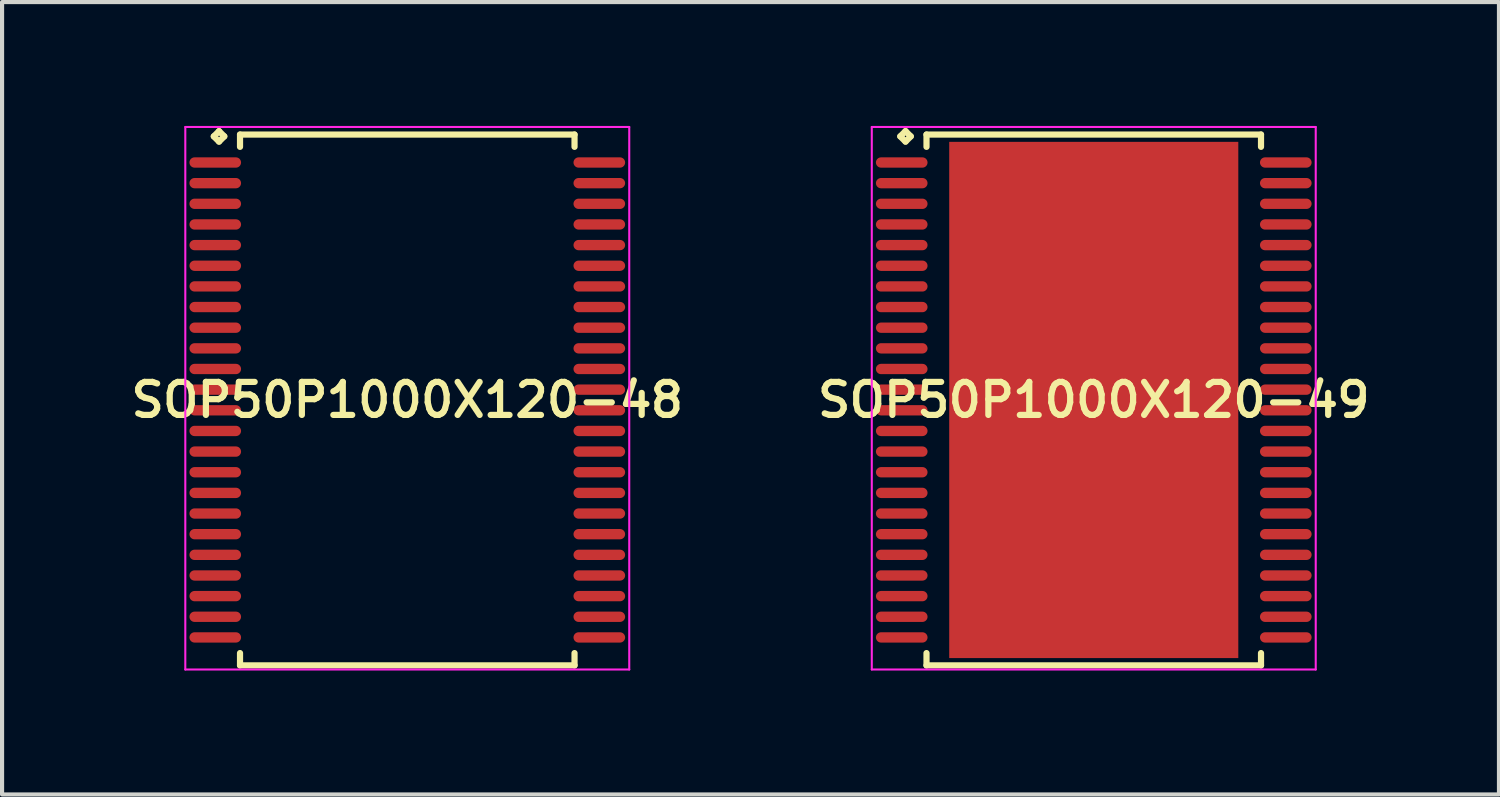
<source format=kicad_pcb>
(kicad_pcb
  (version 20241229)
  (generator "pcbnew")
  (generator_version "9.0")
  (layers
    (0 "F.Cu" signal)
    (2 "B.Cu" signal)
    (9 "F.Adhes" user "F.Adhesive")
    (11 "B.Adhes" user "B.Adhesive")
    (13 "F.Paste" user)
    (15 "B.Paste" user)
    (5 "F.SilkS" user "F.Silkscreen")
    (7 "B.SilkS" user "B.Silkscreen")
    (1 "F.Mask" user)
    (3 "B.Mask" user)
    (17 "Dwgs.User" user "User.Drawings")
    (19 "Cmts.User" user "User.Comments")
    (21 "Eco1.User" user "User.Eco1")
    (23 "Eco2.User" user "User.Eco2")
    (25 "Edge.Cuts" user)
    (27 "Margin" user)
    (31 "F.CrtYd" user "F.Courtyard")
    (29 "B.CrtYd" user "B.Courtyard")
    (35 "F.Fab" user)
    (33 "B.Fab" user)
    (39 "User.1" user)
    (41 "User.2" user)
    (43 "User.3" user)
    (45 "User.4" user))
  (footprint "SOP50P1000X120-48"
    (layer "F.Cu")
    (at 6.812 6.635)
    (property "Reference" "SOP50P1000X120-48" (at 0 0 0) (layer "F.SilkS") (effects (font (size 0.8 0.8) (thickness 0.15))))
    (attr smd)
    (fp_line (start -4.685 -6.383) (end -4.558 -6.51) (stroke (width 0.15) (type solid)) (layer "F.SilkS"))
    (fp_line (start -4.558 -6.51) (end -4.431 -6.383) (stroke (width 0.15) (type solid)) (layer "F.SilkS"))
    (fp_line (start -4.558 -6.256) (end -4.685 -6.383) (stroke (width 0.15) (type solid)) (layer "F.SilkS"))
    (fp_line (start -4.431 -6.383) (end -4.558 -6.256) (stroke (width 0.15) (type solid)) (layer "F.SilkS"))
    (fp_line (start -4.05 -6.427) (end 4.05 -6.427) (stroke (width 0.15) (type solid)) (layer "F.SilkS"))
    (fp_line (start -4.05 -6.129) (end -4.05 -6.427) (stroke (width 0.15) (type solid)) (layer "F.SilkS"))
    (fp_line (start -4.05 6.129) (end -4.05 6.427) (stroke (width 0.15) (type solid)) (layer "F.SilkS"))
    (fp_line (start -4.05 6.427) (end 4.05 6.427) (stroke (width 0.15) (type solid)) (layer "F.SilkS"))
    (fp_line (start 4.05 -6.427) (end 4.05 -6.129) (stroke (width 0.15) (type solid)) (layer "F.SilkS"))
    (fp_line (start 4.05 6.427) (end 4.05 6.129) (stroke (width 0.15) (type solid)) (layer "F.SilkS"))
    (fp_line (start -5.375 -6.61) (end 5.375 -6.61) (stroke (width 0.05) (type solid)) (layer "F.CrtYd"))
    (fp_line (start -5.375 6.527) (end -5.375 -6.61) (stroke (width 0.05) (type solid)) (layer "F.CrtYd"))
    (fp_line (start 5.375 -6.61) (end 5.375 6.527) (stroke (width 0.05) (type solid)) (layer "F.CrtYd"))
    (fp_line (start 5.375 6.527) (end -5.375 6.527) (stroke (width 0.05) (type solid)) (layer "F.CrtYd"))
    (pad "1" smd oval (at -4.65 -5.75) (size 1.25 0.25) (layers "F.Cu" "F.Mask" "F.Paste"))
    (pad "2" smd oval (at -4.65 -5.25) (size 1.25 0.25) (layers "F.Cu" "F.Mask" "F.Paste"))
    (pad "3" smd oval (at -4.65 -4.75) (size 1.25 0.25) (layers "F.Cu" "F.Mask" "F.Paste"))
    (pad "4" smd oval (at -4.65 -4.25) (size 1.25 0.25) (layers "F.Cu" "F.Mask" "F.Paste"))
    (pad "5" smd oval (at -4.65 -3.75) (size 1.25 0.25) (layers "F.Cu" "F.Mask" "F.Paste"))
    (pad "6" smd oval (at -4.65 -3.25) (size 1.25 0.25) (layers "F.Cu" "F.Mask" "F.Paste"))
    (pad "7" smd oval (at -4.65 -2.75) (size 1.25 0.25) (layers "F.Cu" "F.Mask" "F.Paste"))
    (pad "8" smd oval (at -4.65 -2.25) (size 1.25 0.25) (layers "F.Cu" "F.Mask" "F.Paste"))
    (pad "9" smd oval (at -4.65 -1.75) (size 1.25 0.25) (layers "F.Cu" "F.Mask" "F.Paste"))
    (pad "10" smd oval (at -4.65 -1.25) (size 1.25 0.25) (layers "F.Cu" "F.Mask" "F.Paste"))
    (pad "11" smd oval (at -4.65 -0.75) (size 1.25 0.25) (layers "F.Cu" "F.Mask" "F.Paste"))
    (pad "12" smd oval (at -4.65 -0.25) (size 1.25 0.25) (layers "F.Cu" "F.Mask" "F.Paste"))
    (pad "13" smd oval (at -4.65 0.25) (size 1.25 0.25) (layers "F.Cu" "F.Mask" "F.Paste"))
    (pad "14" smd oval (at -4.65 0.75) (size 1.25 0.25) (layers "F.Cu" "F.Mask" "F.Paste"))
    (pad "15" smd oval (at -4.65 1.25) (size 1.25 0.25) (layers "F.Cu" "F.Mask" "F.Paste"))
    (pad "16" smd oval (at -4.65 1.75) (size 1.25 0.25) (layers "F.Cu" "F.Mask" "F.Paste"))
    (pad "17" smd oval (at -4.65 2.25) (size 1.25 0.25) (layers "F.Cu" "F.Mask" "F.Paste"))
    (pad "18" smd oval (at -4.65 2.75) (size 1.25 0.25) (layers "F.Cu" "F.Mask" "F.Paste"))
    (pad "19" smd oval (at -4.65 3.25) (size 1.25 0.25) (layers "F.Cu" "F.Mask" "F.Paste"))
    (pad "20" smd oval (at -4.65 3.75) (size 1.25 0.25) (layers "F.Cu" "F.Mask" "F.Paste"))
    (pad "21" smd oval (at -4.65 4.25) (size 1.25 0.25) (layers "F.Cu" "F.Mask" "F.Paste"))
    (pad "22" smd oval (at -4.65 4.75) (size 1.25 0.25) (layers "F.Cu" "F.Mask" "F.Paste"))
    (pad "23" smd oval (at -4.65 5.25) (size 1.25 0.25) (layers "F.Cu" "F.Mask" "F.Paste"))
    (pad "24" smd oval (at -4.65 5.75) (size 1.25 0.25) (layers "F.Cu" "F.Mask" "F.Paste"))
    (pad "25" smd oval (at 4.65 5.75) (size 1.25 0.25) (layers "F.Cu" "F.Mask" "F.Paste"))
    (pad "26" smd oval (at 4.65 5.25) (size 1.25 0.25) (layers "F.Cu" "F.Mask" "F.Paste"))
    (pad "27" smd oval (at 4.65 4.75) (size 1.25 0.25) (layers "F.Cu" "F.Mask" "F.Paste"))
    (pad "28" smd oval (at 4.65 4.25) (size 1.25 0.25) (layers "F.Cu" "F.Mask" "F.Paste"))
    (pad "29" smd oval (at 4.65 3.75) (size 1.25 0.25) (layers "F.Cu" "F.Mask" "F.Paste"))
    (pad "30" smd oval (at 4.65 3.25) (size 1.25 0.25) (layers "F.Cu" "F.Mask" "F.Paste"))
    (pad "31" smd oval (at 4.65 2.75) (size 1.25 0.25) (layers "F.Cu" "F.Mask" "F.Paste"))
    (pad "32" smd oval (at 4.65 2.25) (size 1.25 0.25) (layers "F.Cu" "F.Mask" "F.Paste"))
    (pad "33" smd oval (at 4.65 1.75) (size 1.25 0.25) (layers "F.Cu" "F.Mask" "F.Paste"))
    (pad "34" smd oval (at 4.65 1.25) (size 1.25 0.25) (layers "F.Cu" "F.Mask" "F.Paste"))
    (pad "35" smd oval (at 4.65 0.75) (size 1.25 0.25) (layers "F.Cu" "F.Mask" "F.Paste"))
    (pad "36" smd oval (at 4.65 0.25) (size 1.25 0.25) (layers "F.Cu" "F.Mask" "F.Paste"))
    (pad "37" smd oval (at 4.65 -0.25) (size 1.25 0.25) (layers "F.Cu" "F.Mask" "F.Paste"))
    (pad "38" smd oval (at 4.65 -0.75) (size 1.25 0.25) (layers "F.Cu" "F.Mask" "F.Paste"))
    (pad "39" smd oval (at 4.65 -1.25) (size 1.25 0.25) (layers "F.Cu" "F.Mask" "F.Paste"))
    (pad "40" smd oval (at 4.65 -1.75) (size 1.25 0.25) (layers "F.Cu" "F.Mask" "F.Paste"))
    (pad "41" smd oval (at 4.65 -2.25) (size 1.25 0.25) (layers "F.Cu" "F.Mask" "F.Paste"))
    (pad "42" smd oval (at 4.65 -2.75) (size 1.25 0.25) (layers "F.Cu" "F.Mask" "F.Paste"))
    (pad "43" smd oval (at 4.65 -3.25) (size 1.25 0.25) (layers "F.Cu" "F.Mask" "F.Paste"))
    (pad "44" smd oval (at 4.65 -3.75) (size 1.25 0.25) (layers "F.Cu" "F.Mask" "F.Paste"))
    (pad "45" smd oval (at 4.65 -4.25) (size 1.25 0.25) (layers "F.Cu" "F.Mask" "F.Paste"))
    (pad "46" smd oval (at 4.65 -4.75) (size 1.25 0.25) (layers "F.Cu" "F.Mask" "F.Paste"))
    (pad "47" smd oval (at 4.65 -5.25) (size 1.25 0.25) (layers "F.Cu" "F.Mask" "F.Paste"))
    (pad "48" smd oval (at 4.65 -5.75) (size 1.25 0.25) (layers "F.Cu" "F.Mask" "F.Paste")))
  (footprint "SOP50P1000X120-49"
    (layer "F.Cu")
    (at 23.435 6.635)
    (property "Reference" "SOP50P1000X120-49" (at 0 0 0) (layer "F.SilkS") (effects (font (size 0.8 0.8) (thickness 0.15))))
    (attr smd)
    (fp_line (start -4.685 -6.383) (end -4.558 -6.51) (stroke (width 0.15) (type solid)) (layer "F.SilkS"))
    (fp_line (start -4.558 -6.51) (end -4.431 -6.383) (stroke (width 0.15) (type solid)) (layer "F.SilkS"))
    (fp_line (start -4.558 -6.256) (end -4.685 -6.383) (stroke (width 0.15) (type solid)) (layer "F.SilkS"))
    (fp_line (start -4.431 -6.383) (end -4.558 -6.256) (stroke (width 0.15) (type solid)) (layer "F.SilkS"))
    (fp_line (start -4.05 -6.427) (end 4.05 -6.427) (stroke (width 0.15) (type solid)) (layer "F.SilkS"))
    (fp_line (start -4.05 -6.129) (end -4.05 -6.427) (stroke (width 0.15) (type solid)) (layer "F.SilkS"))
    (fp_line (start -4.05 6.129) (end -4.05 6.427) (stroke (width 0.15) (type solid)) (layer "F.SilkS"))
    (fp_line (start -4.05 6.427) (end 4.05 6.427) (stroke (width 0.15) (type solid)) (layer "F.SilkS"))
    (fp_line (start 4.05 -6.427) (end 4.05 -6.129) (stroke (width 0.15) (type solid)) (layer "F.SilkS"))
    (fp_line (start 4.05 6.427) (end 4.05 6.129) (stroke (width 0.15) (type solid)) (layer "F.SilkS"))
    (fp_line (start -5.375 -6.61) (end 5.375 -6.61) (stroke (width 0.05) (type solid)) (layer "F.CrtYd"))
    (fp_line (start -5.375 6.527) (end -5.375 -6.61) (stroke (width 0.05) (type solid)) (layer "F.CrtYd"))
    (fp_line (start 5.375 -6.61) (end 5.375 6.527) (stroke (width 0.05) (type solid)) (layer "F.CrtYd"))
    (fp_line (start 5.375 6.527) (end -5.375 6.527) (stroke (width 0.05) (type solid)) (layer "F.CrtYd"))
    (pad "1" smd oval (at -4.65 -5.75) (size 1.25 0.25) (layers "F.Cu" "F.Mask" "F.Paste"))
    (pad "2" smd oval (at -4.65 -5.25) (size 1.25 0.25) (layers "F.Cu" "F.Mask" "F.Paste"))
    (pad "3" smd oval (at -4.65 -4.75) (size 1.25 0.25) (layers "F.Cu" "F.Mask" "F.Paste"))
    (pad "4" smd oval (at -4.65 -4.25) (size 1.25 0.25) (layers "F.Cu" "F.Mask" "F.Paste"))
    (pad "5" smd oval (at -4.65 -3.75) (size 1.25 0.25) (layers "F.Cu" "F.Mask" "F.Paste"))
    (pad "6" smd oval (at -4.65 -3.25) (size 1.25 0.25) (layers "F.Cu" "F.Mask" "F.Paste"))
    (pad "7" smd oval (at -4.65 -2.75) (size 1.25 0.25) (layers "F.Cu" "F.Mask" "F.Paste"))
    (pad "8" smd oval (at -4.65 -2.25) (size 1.25 0.25) (layers "F.Cu" "F.Mask" "F.Paste"))
    (pad "9" smd oval (at -4.65 -1.75) (size 1.25 0.25) (layers "F.Cu" "F.Mask" "F.Paste"))
    (pad "10" smd oval (at -4.65 -1.25) (size 1.25 0.25) (layers "F.Cu" "F.Mask" "F.Paste"))
    (pad "11" smd oval (at -4.65 -0.75) (size 1.25 0.25) (layers "F.Cu" "F.Mask" "F.Paste"))
    (pad "12" smd oval (at -4.65 -0.25) (size 1.25 0.25) (layers "F.Cu" "F.Mask" "F.Paste"))
    (pad "13" smd oval (at -4.65 0.25) (size 1.25 0.25) (layers "F.Cu" "F.Mask" "F.Paste"))
    (pad "14" smd oval (at -4.65 0.75) (size 1.25 0.25) (layers "F.Cu" "F.Mask" "F.Paste"))
    (pad "15" smd oval (at -4.65 1.25) (size 1.25 0.25) (layers "F.Cu" "F.Mask" "F.Paste"))
    (pad "16" smd oval (at -4.65 1.75) (size 1.25 0.25) (layers "F.Cu" "F.Mask" "F.Paste"))
    (pad "17" smd oval (at -4.65 2.25) (size 1.25 0.25) (layers "F.Cu" "F.Mask" "F.Paste"))
    (pad "18" smd oval (at -4.65 2.75) (size 1.25 0.25) (layers "F.Cu" "F.Mask" "F.Paste"))
    (pad "19" smd oval (at -4.65 3.25) (size 1.25 0.25) (layers "F.Cu" "F.Mask" "F.Paste"))
    (pad "20" smd oval (at -4.65 3.75) (size 1.25 0.25) (layers "F.Cu" "F.Mask" "F.Paste"))
    (pad "21" smd oval (at -4.65 4.25) (size 1.25 0.25) (layers "F.Cu" "F.Mask" "F.Paste"))
    (pad "22" smd oval (at -4.65 4.75) (size 1.25 0.25) (layers "F.Cu" "F.Mask" "F.Paste"))
    (pad "23" smd oval (at -4.65 5.25) (size 1.25 0.25) (layers "F.Cu" "F.Mask" "F.Paste"))
    (pad "24" smd oval (at -4.65 5.75) (size 1.25 0.25) (layers "F.Cu" "F.Mask" "F.Paste"))
    (pad "25" smd oval (at 4.65 5.75) (size 1.25 0.25) (layers "F.Cu" "F.Mask" "F.Paste"))
    (pad "26" smd oval (at 4.65 5.25) (size 1.25 0.25) (layers "F.Cu" "F.Mask" "F.Paste"))
    (pad "27" smd oval (at 4.65 4.75) (size 1.25 0.25) (layers "F.Cu" "F.Mask" "F.Paste"))
    (pad "28" smd oval (at 4.65 4.25) (size 1.25 0.25) (layers "F.Cu" "F.Mask" "F.Paste"))
    (pad "29" smd oval (at 4.65 3.75) (size 1.25 0.25) (layers "F.Cu" "F.Mask" "F.Paste"))
    (pad "30" smd oval (at 4.65 3.25) (size 1.25 0.25) (layers "F.Cu" "F.Mask" "F.Paste"))
    (pad "31" smd oval (at 4.65 2.75) (size 1.25 0.25) (layers "F.Cu" "F.Mask" "F.Paste"))
    (pad "32" smd oval (at 4.65 2.25) (size 1.25 0.25) (layers "F.Cu" "F.Mask" "F.Paste"))
    (pad "33" smd oval (at 4.65 1.75) (size 1.25 0.25) (layers "F.Cu" "F.Mask" "F.Paste"))
    (pad "34" smd oval (at 4.65 1.25) (size 1.25 0.25) (layers "F.Cu" "F.Mask" "F.Paste"))
    (pad "35" smd oval (at 4.65 0.75) (size 1.25 0.25) (layers "F.Cu" "F.Mask" "F.Paste"))
    (pad "36" smd oval (at 4.65 0.25) (size 1.25 0.25) (layers "F.Cu" "F.Mask" "F.Paste"))
    (pad "37" smd oval (at 4.65 -0.25) (size 1.25 0.25) (layers "F.Cu" "F.Mask" "F.Paste"))
    (pad "38" smd oval (at 4.65 -0.75) (size 1.25 0.25) (layers "F.Cu" "F.Mask" "F.Paste"))
    (pad "39" smd oval (at 4.65 -1.25) (size 1.25 0.25) (layers "F.Cu" "F.Mask" "F.Paste"))
    (pad "40" smd oval (at 4.65 -1.75) (size 1.25 0.25) (layers "F.Cu" "F.Mask" "F.Paste"))
    (pad "41" smd oval (at 4.65 -2.25) (size 1.25 0.25) (layers "F.Cu" "F.Mask" "F.Paste"))
    (pad "42" smd oval (at 4.65 -2.75) (size 1.25 0.25) (layers "F.Cu" "F.Mask" "F.Paste"))
    (pad "43" smd oval (at 4.65 -3.25) (size 1.25 0.25) (layers "F.Cu" "F.Mask" "F.Paste"))
    (pad "44" smd oval (at 4.65 -3.75) (size 1.25 0.25) (layers "F.Cu" "F.Mask" "F.Paste"))
    (pad "45" smd oval (at 4.65 -4.25) (size 1.25 0.25) (layers "F.Cu" "F.Mask" "F.Paste"))
    (pad "46" smd oval (at 4.65 -4.75) (size 1.25 0.25) (layers "F.Cu" "F.Mask" "F.Paste"))
    (pad "47" smd oval (at 4.65 -5.25) (size 1.25 0.25) (layers "F.Cu" "F.Mask" "F.Paste"))
    (pad "48" smd oval (at 4.65 -5.75) (size 1.25 0.25) (layers "F.Cu" "F.Mask" "F.Paste"))
    (pad "49" smd rect (at 0 0) (size 7 12.5) (layers "F.Cu" "F.Mask" "F.Paste")))
  (gr_rect
    (start -3 -3)
    (end 33.247 16.187)
    (stroke (width 0.1) (type default))
    (fill no)
    (layer "Edge.Cuts")))
</source>
